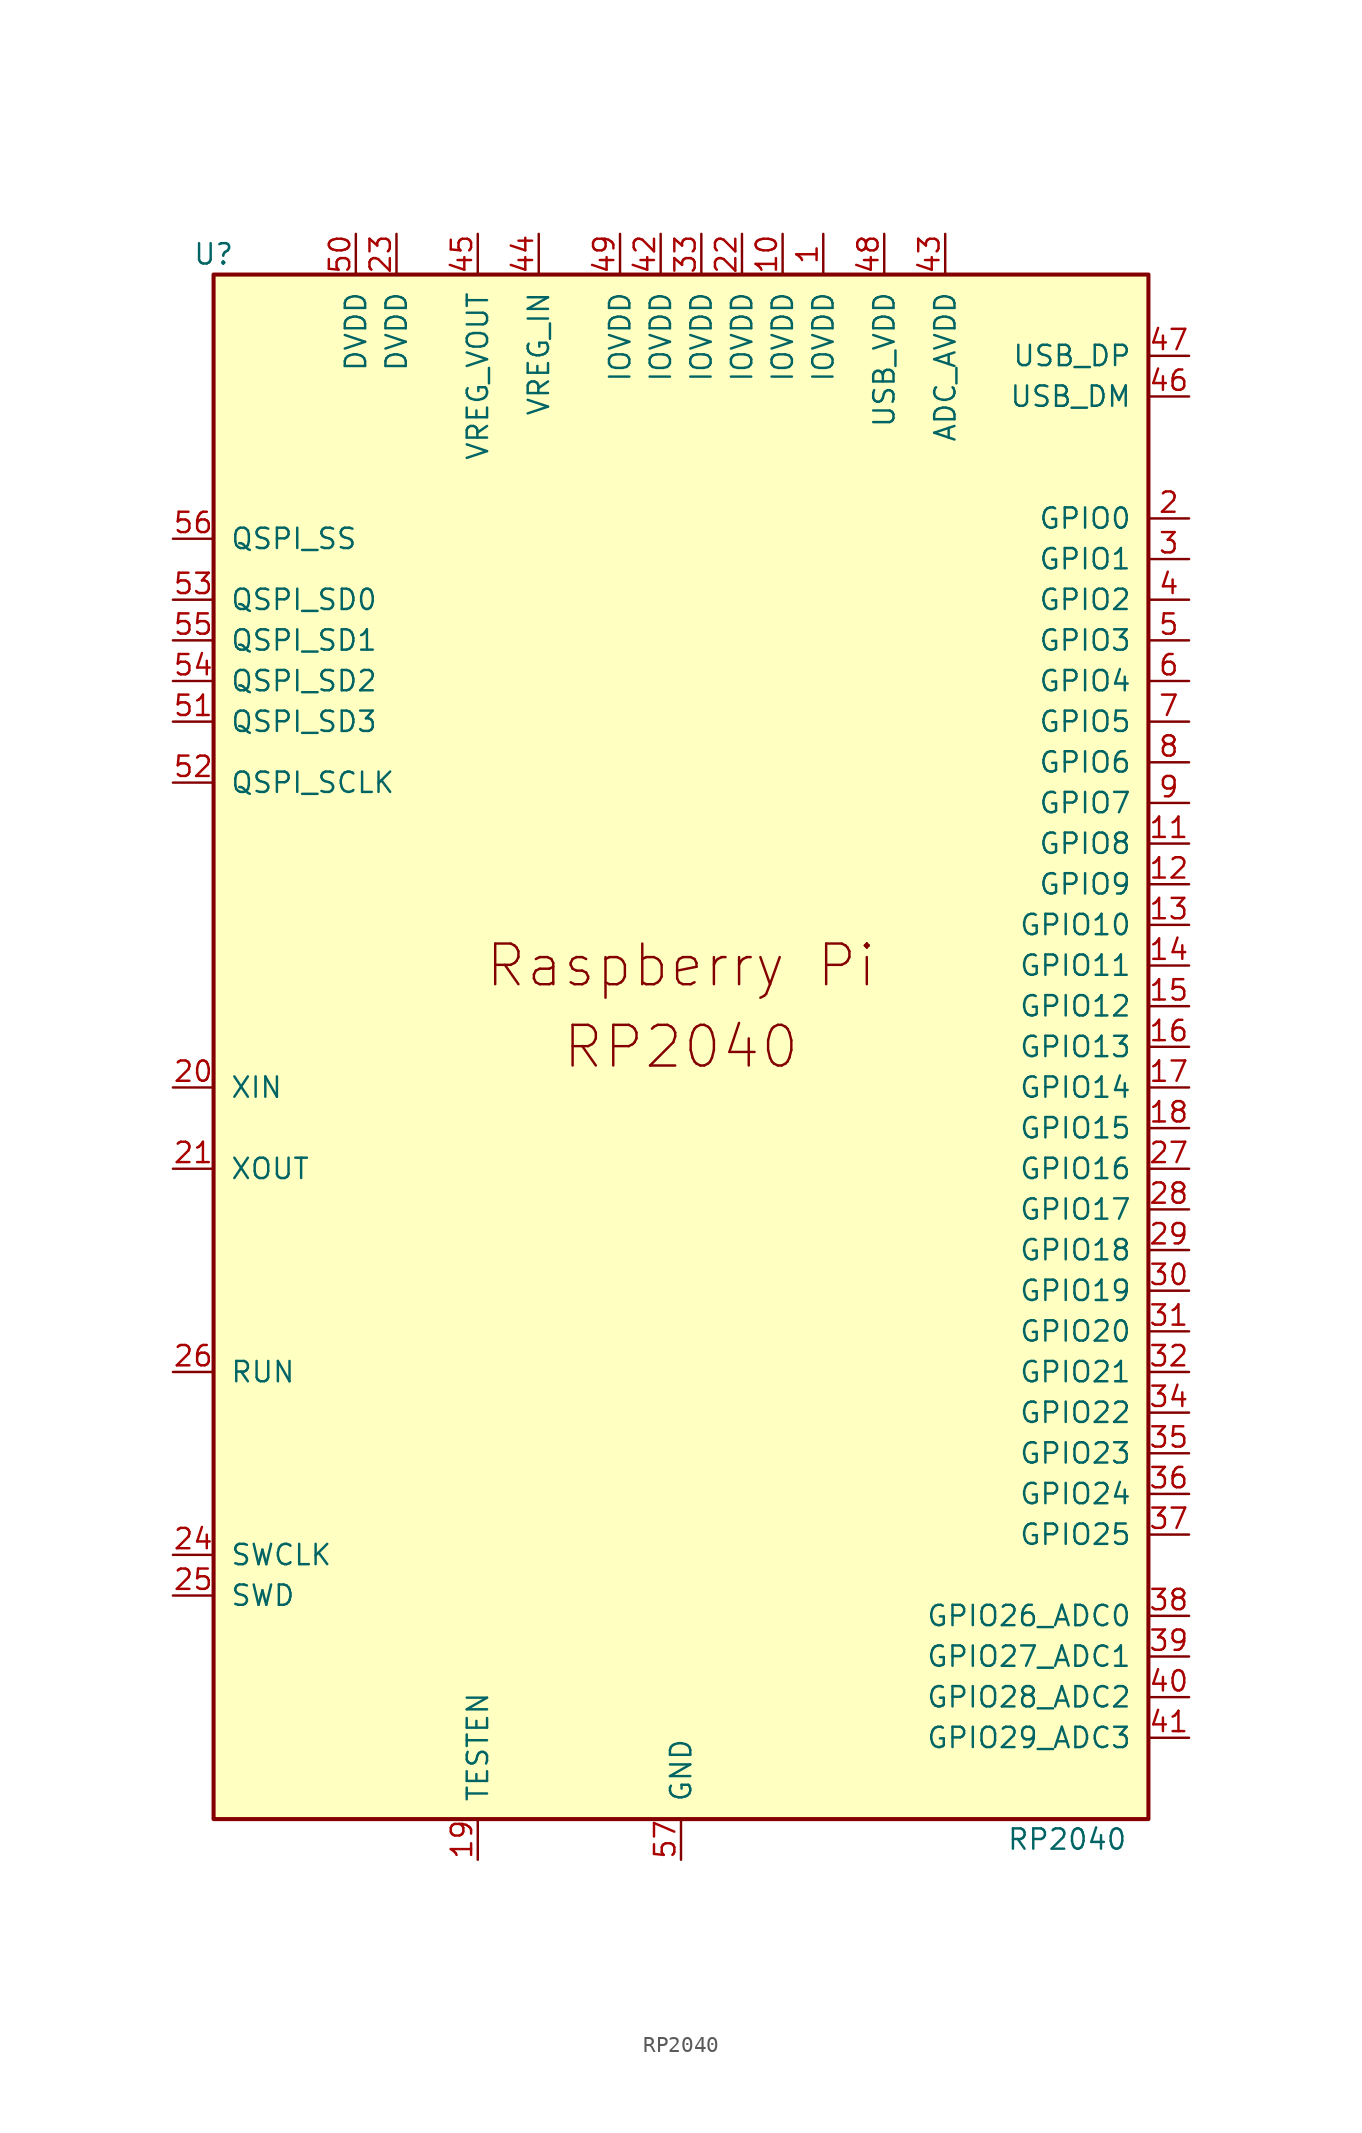
<source format=kicad_sym>
(kicad_symbol_lib
  (version 20210619)
  (generator kicad_symbol_editor)
  (symbol "rp2040_bt_feather:RP2040"
    (pin_names
      (offset 1.016))
    (property "Reference" "U"
      (at -29.21 49.53 0)
      (effects (font (size 1.27 1.27))))
    (property "Value" "RP2040"
      (at 24.13 -49.53 0)
      (effects (font (size 1.27 1.27))))
    (symbol "RP2040_0_0"
      (text "Raspberry Pi" (at 0 5.08 0) (effects (font (size 2.54 2.54))))
      (text "RP2040" (at 0 0 0) (effects (font (size 2.54 2.54)))))
    (symbol "RP2040_0_1"
      (rectangle (start 29.21 48.26) (end -29.21 -48.26) (stroke (width 0.254)) (fill (type background))))
    (symbol "RP2040_1_1"
      (pin power_in line (at 8.89 50.8 270) (length 2.54) (name "IOVDD" (effects (font (size 1.27 1.27)))) (number "1" (effects (font (size 1.27 1.27)))))
      (pin power_in line (at 6.35 50.8 270) (length 2.54) (name "IOVDD" (effects (font (size 1.27 1.27)))) (number "10" (effects (font (size 1.27 1.27)))))
      (pin bidirectional line (at 31.75 12.7 180) (length 2.54) (name "GPIO8" (effects (font (size 1.27 1.27)))) (number "11" (effects (font (size 1.27 1.27)))))
      (pin bidirectional line (at 31.75 10.16 180) (length 2.54) (name "GPIO9" (effects (font (size 1.27 1.27)))) (number "12" (effects (font (size 1.27 1.27)))))
      (pin bidirectional line (at 31.75 7.62 180) (length 2.54) (name "GPIO10" (effects (font (size 1.27 1.27)))) (number "13" (effects (font (size 1.27 1.27)))))
      (pin bidirectional line (at 31.75 5.08 180) (length 2.54) (name "GPIO11" (effects (font (size 1.27 1.27)))) (number "14" (effects (font (size 1.27 1.27)))))
      (pin bidirectional line (at 31.75 2.54 180) (length 2.54) (name "GPIO12" (effects (font (size 1.27 1.27)))) (number "15" (effects (font (size 1.27 1.27)))))
      (pin bidirectional line (at 31.75 0 180) (length 2.54) (name "GPIO13" (effects (font (size 1.27 1.27)))) (number "16" (effects (font (size 1.27 1.27)))))
      (pin bidirectional line (at 31.75 -2.54 180) (length 2.54) (name "GPIO14" (effects (font (size 1.27 1.27)))) (number "17" (effects (font (size 1.27 1.27)))))
      (pin bidirectional line (at 31.75 -5.08 180) (length 2.54) (name "GPIO15" (effects (font (size 1.27 1.27)))) (number "18" (effects (font (size 1.27 1.27)))))
      (pin passive line (at -12.7 -50.8 90) (length 2.54) (name "TESTEN" (effects (font (size 1.27 1.27)))) (number "19" (effects (font (size 1.27 1.27)))))
      (pin bidirectional line (at 31.75 33.02 180) (length 2.54) (name "GPIO0" (effects (font (size 1.27 1.27)))) (number "2" (effects (font (size 1.27 1.27)))))
      (pin input line (at -31.75 -2.54 0) (length 2.54) (name "XIN" (effects (font (size 1.27 1.27)))) (number "20" (effects (font (size 1.27 1.27)))))
      (pin passive line (at -31.75 -7.62 0) (length 2.54) (name "XOUT" (effects (font (size 1.27 1.27)))) (number "21" (effects (font (size 1.27 1.27)))))
      (pin power_in line (at 3.81 50.8 270) (length 2.54) (name "IOVDD" (effects (font (size 1.27 1.27)))) (number "22" (effects (font (size 1.27 1.27)))))
      (pin power_in line (at -17.78 50.8 270) (length 2.54) (name "DVDD" (effects (font (size 1.27 1.27)))) (number "23" (effects (font (size 1.27 1.27)))))
      (pin output line (at -31.75 -31.75 0) (length 2.54) (name "SWCLK" (effects (font (size 1.27 1.27)))) (number "24" (effects (font (size 1.27 1.27)))))
      (pin bidirectional line (at -31.75 -34.29 0) (length 2.54) (name "SWD" (effects (font (size 1.27 1.27)))) (number "25" (effects (font (size 1.27 1.27)))))
      (pin input line (at -31.75 -20.32 0) (length 2.54) (name "RUN" (effects (font (size 1.27 1.27)))) (number "26" (effects (font (size 1.27 1.27)))))
      (pin bidirectional line (at 31.75 -7.62 180) (length 2.54) (name "GPIO16" (effects (font (size 1.27 1.27)))) (number "27" (effects (font (size 1.27 1.27)))))
      (pin bidirectional line (at 31.75 -10.16 180) (length 2.54) (name "GPIO17" (effects (font (size 1.27 1.27)))) (number "28" (effects (font (size 1.27 1.27)))))
      (pin bidirectional line (at 31.75 -12.7 180) (length 2.54) (name "GPIO18" (effects (font (size 1.27 1.27)))) (number "29" (effects (font (size 1.27 1.27)))))
      (pin bidirectional line (at 31.75 30.48 180) (length 2.54) (name "GPIO1" (effects (font (size 1.27 1.27)))) (number "3" (effects (font (size 1.27 1.27)))))
      (pin bidirectional line (at 31.75 -15.24 180) (length 2.54) (name "GPIO19" (effects (font (size 1.27 1.27)))) (number "30" (effects (font (size 1.27 1.27)))))
      (pin bidirectional line (at 31.75 -17.78 180) (length 2.54) (name "GPIO20" (effects (font (size 1.27 1.27)))) (number "31" (effects (font (size 1.27 1.27)))))
      (pin bidirectional line (at 31.75 -20.32 180) (length 2.54) (name "GPIO21" (effects (font (size 1.27 1.27)))) (number "32" (effects (font (size 1.27 1.27)))))
      (pin power_in line (at 1.27 50.8 270) (length 2.54) (name "IOVDD" (effects (font (size 1.27 1.27)))) (number "33" (effects (font (size 1.27 1.27)))))
      (pin bidirectional line (at 31.75 -22.86 180) (length 2.54) (name "GPIO22" (effects (font (size 1.27 1.27)))) (number "34" (effects (font (size 1.27 1.27)))))
      (pin bidirectional line (at 31.75 -25.4 180) (length 2.54) (name "GPIO23" (effects (font (size 1.27 1.27)))) (number "35" (effects (font (size 1.27 1.27)))))
      (pin bidirectional line (at 31.75 -27.94 180) (length 2.54) (name "GPIO24" (effects (font (size 1.27 1.27)))) (number "36" (effects (font (size 1.27 1.27)))))
      (pin bidirectional line (at 31.75 -30.48 180) (length 2.54) (name "GPIO25" (effects (font (size 1.27 1.27)))) (number "37" (effects (font (size 1.27 1.27)))))
      (pin bidirectional line (at 31.75 -35.56 180) (length 2.54) (name "GPIO26_ADC0" (effects (font (size 1.27 1.27)))) (number "38" (effects (font (size 1.27 1.27)))))
      (pin bidirectional line (at 31.75 -38.1 180) (length 2.54) (name "GPIO27_ADC1" (effects (font (size 1.27 1.27)))) (number "39" (effects (font (size 1.27 1.27)))))
      (pin bidirectional line (at 31.75 27.94 180) (length 2.54) (name "GPIO2" (effects (font (size 1.27 1.27)))) (number "4" (effects (font (size 1.27 1.27)))))
      (pin bidirectional line (at 31.75 -40.64 180) (length 2.54) (name "GPIO28_ADC2" (effects (font (size 1.27 1.27)))) (number "40" (effects (font (size 1.27 1.27)))))
      (pin bidirectional line (at 31.75 -43.18 180) (length 2.54) (name "GPIO29_ADC3" (effects (font (size 1.27 1.27)))) (number "41" (effects (font (size 1.27 1.27)))))
      (pin power_in line (at -1.27 50.8 270) (length 2.54) (name "IOVDD" (effects (font (size 1.27 1.27)))) (number "42" (effects (font (size 1.27 1.27)))))
      (pin power_in line (at 16.51 50.8 270) (length 2.54) (name "ADC_AVDD" (effects (font (size 1.27 1.27)))) (number "43" (effects (font (size 1.27 1.27)))))
      (pin power_in line (at -8.89 50.8 270) (length 2.54) (name "VREG_IN" (effects (font (size 1.27 1.27)))) (number "44" (effects (font (size 1.27 1.27)))))
      (pin power_out line (at -12.7 50.8 270) (length 2.54) (name "VREG_VOUT" (effects (font (size 1.27 1.27)))) (number "45" (effects (font (size 1.27 1.27)))))
      (pin bidirectional line (at 31.75 40.64 180) (length 2.54) (name "USB_DM" (effects (font (size 1.27 1.27)))) (number "46" (effects (font (size 1.27 1.27)))))
      (pin bidirectional line (at 31.75 43.18 180) (length 2.54) (name "USB_DP" (effects (font (size 1.27 1.27)))) (number "47" (effects (font (size 1.27 1.27)))))
      (pin power_in line (at 12.7 50.8 270) (length 2.54) (name "USB_VDD" (effects (font (size 1.27 1.27)))) (number "48" (effects (font (size 1.27 1.27)))))
      (pin power_in line (at -3.81 50.8 270) (length 2.54) (name "IOVDD" (effects (font (size 1.27 1.27)))) (number "49" (effects (font (size 1.27 1.27)))))
      (pin bidirectional line (at 31.75 25.4 180) (length 2.54) (name "GPIO3" (effects (font (size 1.27 1.27)))) (number "5" (effects (font (size 1.27 1.27)))))
      (pin power_in line (at -20.32 50.8 270) (length 2.54) (name "DVDD" (effects (font (size 1.27 1.27)))) (number "50" (effects (font (size 1.27 1.27)))))
      (pin bidirectional line (at -31.75 20.32 0) (length 2.54) (name "QSPI_SD3" (effects (font (size 1.27 1.27)))) (number "51" (effects (font (size 1.27 1.27)))))
      (pin output line (at -31.75 16.51 0) (length 2.54) (name "QSPI_SCLK" (effects (font (size 1.27 1.27)))) (number "52" (effects (font (size 1.27 1.27)))))
      (pin bidirectional line (at -31.75 27.94 0) (length 2.54) (name "QSPI_SD0" (effects (font (size 1.27 1.27)))) (number "53" (effects (font (size 1.27 1.27)))))
      (pin bidirectional line (at -31.75 22.86 0) (length 2.54) (name "QSPI_SD2" (effects (font (size 1.27 1.27)))) (number "54" (effects (font (size 1.27 1.27)))))
      (pin bidirectional line (at -31.75 25.4 0) (length 2.54) (name "QSPI_SD1" (effects (font (size 1.27 1.27)))) (number "55" (effects (font (size 1.27 1.27)))))
      (pin bidirectional line (at -31.75 31.75 0) (length 2.54) (name "QSPI_SS" (effects (font (size 1.27 1.27)))) (number "56" (effects (font (size 1.27 1.27)))))
      (pin power_in line (at 0 -50.8 90) (length 2.54) (name "GND" (effects (font (size 1.27 1.27)))) (number "57" (effects (font (size 1.27 1.27)))))
      (pin bidirectional line (at 31.75 22.86 180) (length 2.54) (name "GPIO4" (effects (font (size 1.27 1.27)))) (number "6" (effects (font (size 1.27 1.27)))))
      (pin bidirectional line (at 31.75 20.32 180) (length 2.54) (name "GPIO5" (effects (font (size 1.27 1.27)))) (number "7" (effects (font (size 1.27 1.27)))))
      (pin bidirectional line (at 31.75 17.78 180) (length 2.54) (name "GPIO6" (effects (font (size 1.27 1.27)))) (number "8" (effects (font (size 1.27 1.27)))))
      (pin bidirectional line (at 31.75 15.24 180) (length 2.54) (name "GPIO7" (effects (font (size 1.27 1.27)))) (number "9" (effects (font (size 1.27 1.27))))))))
</source>
